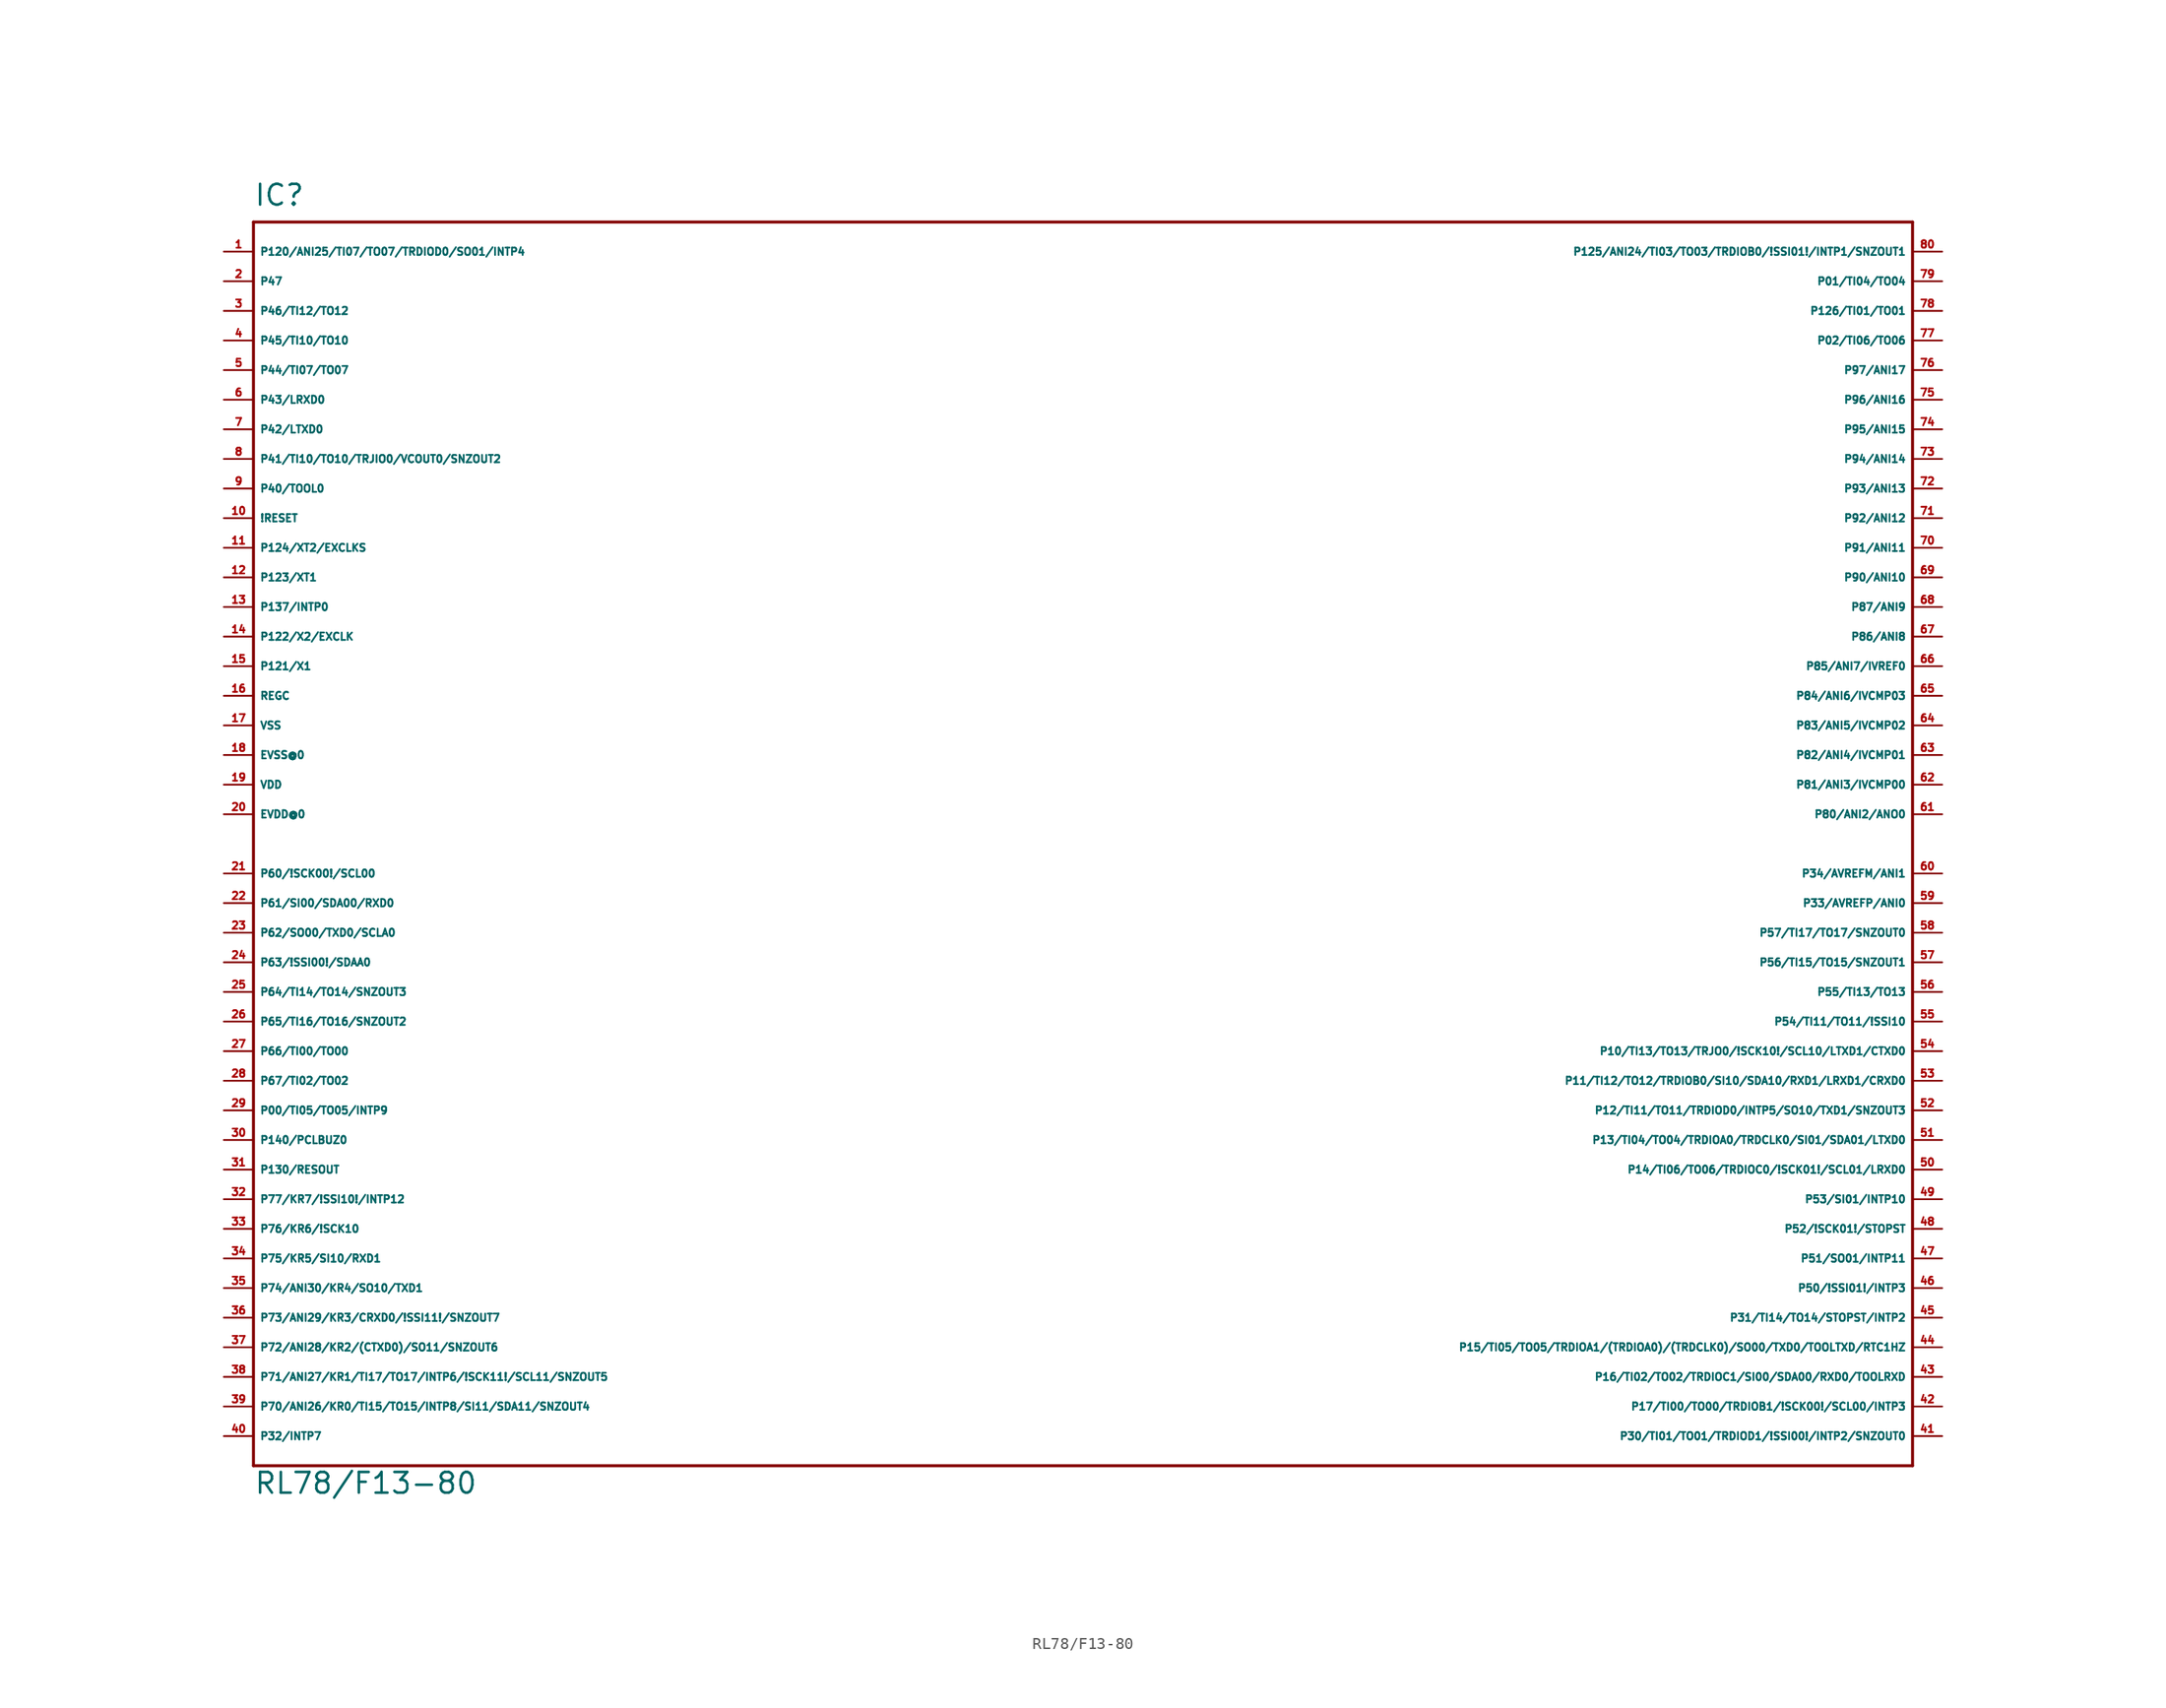
<source format=kicad_sym>
(kicad_symbol_lib
  (version 20220914)
  (generator Eagle2Kicad)
  (symbol "RL78/F13-80"
    (property "Reference" "IC"
      (at -73.66 54.61 0)
      (effects (font (size 1.778 1.778) (thickness 0.22)) (justify left bottom)))
    (property "Value" "RL78/F13-80"
      (at -73.66 -55.88 0)
      (effects (font (size 1.778 1.778) (thickness 0.22)) (justify left bottom)))
    (polyline
      (pts (xy 68.58 53.34) (xy -73.66 53.34))
      (stroke (width 0.254) (type default))
      (fill (type none)))
    (polyline
      (pts (xy -73.66 53.34) (xy -73.66 -53.34))
      (stroke (width 0.254) (type default))
      (fill (type none)))
    (polyline
      (pts (xy -73.66 -53.34) (xy 68.58 -53.34))
      (stroke (width 0.254) (type default))
      (fill (type none)))
    (polyline
      (pts (xy 68.58 -53.34) (xy 68.58 53.34))
      (stroke (width 0.254) (type default))
      (fill (type none)))
    (pin bidirectional line
      (at -76.2 48.26 0)
      (length 2.54)
      (name "P47" (effects (font (size 0.635 0.635) (thickness 0.08)) (justify left bottom)))
      (number "2" (effects (font (size 0.635 0.635) (thickness 0.08)) (justify left bottom))))
    (pin bidirectional line
      (at -76.2 45.72 0)
      (length 2.54)
      (name "P46/TI12/TO12" (effects (font (size 0.635 0.635) (thickness 0.08)) (justify left bottom)))
      (number "3" (effects (font (size 0.635 0.635) (thickness 0.08)) (justify left bottom))))
    (pin bidirectional line
      (at -76.2 43.18 0)
      (length 2.54)
      (name "P45/TI10/TO10" (effects (font (size 0.635 0.635) (thickness 0.08)) (justify left bottom)))
      (number "4" (effects (font (size 0.635 0.635) (thickness 0.08)) (justify left bottom))))
    (pin bidirectional line
      (at -76.2 40.64 0)
      (length 2.54)
      (name "P44/TI07/TO07" (effects (font (size 0.635 0.635) (thickness 0.08)) (justify left bottom)))
      (number "5" (effects (font (size 0.635 0.635) (thickness 0.08)) (justify left bottom))))
    (pin bidirectional line
      (at -76.2 38.1 0)
      (length 2.54)
      (name "P43/LRXD0" (effects (font (size 0.635 0.635) (thickness 0.08)) (justify left bottom)))
      (number "6" (effects (font (size 0.635 0.635) (thickness 0.08)) (justify left bottom))))
    (pin bidirectional line
      (at -76.2 35.56 0)
      (length 2.54)
      (name "P42/LTXD0" (effects (font (size 0.635 0.635) (thickness 0.08)) (justify left bottom)))
      (number "7" (effects (font (size 0.635 0.635) (thickness 0.08)) (justify left bottom))))
    (pin bidirectional line
      (at -76.2 33.02 0)
      (length 2.54)
      (name "P41/TI10/TO10/TRJIO0/VCOUT0/SNZOUT2" (effects (font (size 0.635 0.635) (thickness 0.08)) (justify left bottom)))
      (number "8" (effects (font (size 0.635 0.635) (thickness 0.08)) (justify left bottom))))
    (pin bidirectional line
      (at -76.2 30.48 0)
      (length 2.54)
      (name "P40/TOOL0" (effects (font (size 0.635 0.635) (thickness 0.08)) (justify left bottom)))
      (number "9" (effects (font (size 0.635 0.635) (thickness 0.08)) (justify left bottom))))
    (pin input line
      (at -76.2 27.94 0)
      (length 2.54)
      (name "!RESET" (effects (font (size 0.635 0.635) (thickness 0.08)) (justify left bottom)))
      (number "10" (effects (font (size 0.635 0.635) (thickness 0.08)) (justify left bottom))))
    (pin input line
      (at -76.2 25.4 0)
      (length 2.54)
      (name "P124/XT2/EXCLKS" (effects (font (size 0.635 0.635) (thickness 0.08)) (justify left bottom)))
      (number "11" (effects (font (size 0.635 0.635) (thickness 0.08)) (justify left bottom))))
    (pin input line
      (at -76.2 22.86 0)
      (length 2.54)
      (name "P123/XT1" (effects (font (size 0.635 0.635) (thickness 0.08)) (justify left bottom)))
      (number "12" (effects (font (size 0.635 0.635) (thickness 0.08)) (justify left bottom))))
    (pin input line
      (at -76.2 20.32 0)
      (length 2.54)
      (name "P137/INTP0" (effects (font (size 0.635 0.635) (thickness 0.08)) (justify left bottom)))
      (number "13" (effects (font (size 0.635 0.635) (thickness 0.08)) (justify left bottom))))
    (pin input line
      (at -76.2 17.78 0)
      (length 2.54)
      (name "P122/X2/EXCLK" (effects (font (size 0.635 0.635) (thickness 0.08)) (justify left bottom)))
      (number "14" (effects (font (size 0.635 0.635) (thickness 0.08)) (justify left bottom))))
    (pin input line
      (at -76.2 15.24 0)
      (length 2.54)
      (name "P121/X1" (effects (font (size 0.635 0.635) (thickness 0.08)) (justify left bottom)))
      (number "15" (effects (font (size 0.635 0.635) (thickness 0.08)) (justify left bottom))))
    (pin passive line
      (at -76.2 12.7 0)
      (length 2.54)
      (name "REGC" (effects (font (size 0.635 0.635) (thickness 0.08)) (justify left bottom)))
      (number "16" (effects (font (size 0.635 0.635) (thickness 0.08)) (justify left bottom))))
    (pin unspecified line
      (at -76.2 10.16 0)
      (length 2.54)
      (name "VSS" (effects (font (size 0.635 0.635) (thickness 0.08)) (justify left bottom)))
      (number "17" (effects (font (size 0.635 0.635) (thickness 0.08)) (justify left bottom))))
    (pin unspecified line
      (at -76.2 7.62 0)
      (length 2.54)
      (name "EVSS@0" (effects (font (size 0.635 0.635) (thickness 0.08)) (justify left bottom)))
      (number "18" (effects (font (size 0.635 0.635) (thickness 0.08)) (justify left bottom))))
    (pin unspecified line
      (at -76.2 5.08 0)
      (length 2.54)
      (name "VDD" (effects (font (size 0.635 0.635) (thickness 0.08)) (justify left bottom)))
      (number "19" (effects (font (size 0.635 0.635) (thickness 0.08)) (justify left bottom))))
    (pin unspecified line
      (at -76.2 2.54 0)
      (length 2.54)
      (name "EVDD@0" (effects (font (size 0.635 0.635) (thickness 0.08)) (justify left bottom)))
      (number "20" (effects (font (size 0.635 0.635) (thickness 0.08)) (justify left bottom))))
    (pin bidirectional line
      (at -76.2 -2.54 0)
      (length 2.54)
      (name "P60/!SCK00!/SCL00" (effects (font (size 0.635 0.635) (thickness 0.08)) (justify left bottom)))
      (number "21" (effects (font (size 0.635 0.635) (thickness 0.08)) (justify left bottom))))
    (pin bidirectional line
      (at -76.2 -5.08 0)
      (length 2.54)
      (name "P61/SI00/SDA00/RXD0" (effects (font (size 0.635 0.635) (thickness 0.08)) (justify left bottom)))
      (number "22" (effects (font (size 0.635 0.635) (thickness 0.08)) (justify left bottom))))
    (pin bidirectional line
      (at -76.2 -7.62 0)
      (length 2.54)
      (name "P62/SO00/TXD0/SCLA0" (effects (font (size 0.635 0.635) (thickness 0.08)) (justify left bottom)))
      (number "23" (effects (font (size 0.635 0.635) (thickness 0.08)) (justify left bottom))))
    (pin bidirectional line
      (at -76.2 -10.16 0)
      (length 2.54)
      (name "P63/!SSI00!/SDAA0" (effects (font (size 0.635 0.635) (thickness 0.08)) (justify left bottom)))
      (number "24" (effects (font (size 0.635 0.635) (thickness 0.08)) (justify left bottom))))
    (pin bidirectional line
      (at -76.2 -12.7 0)
      (length 2.54)
      (name "P64/TI14/TO14/SNZOUT3" (effects (font (size 0.635 0.635) (thickness 0.08)) (justify left bottom)))
      (number "25" (effects (font (size 0.635 0.635) (thickness 0.08)) (justify left bottom))))
    (pin bidirectional line
      (at -76.2 -15.24 0)
      (length 2.54)
      (name "P65/TI16/TO16/SNZOUT2" (effects (font (size 0.635 0.635) (thickness 0.08)) (justify left bottom)))
      (number "26" (effects (font (size 0.635 0.635) (thickness 0.08)) (justify left bottom))))
    (pin bidirectional line
      (at -76.2 -17.78 0)
      (length 2.54)
      (name "P66/TI00/TO00" (effects (font (size 0.635 0.635) (thickness 0.08)) (justify left bottom)))
      (number "27" (effects (font (size 0.635 0.635) (thickness 0.08)) (justify left bottom))))
    (pin bidirectional line
      (at -76.2 -20.32 0)
      (length 2.54)
      (name "P67/TI02/TO02" (effects (font (size 0.635 0.635) (thickness 0.08)) (justify left bottom)))
      (number "28" (effects (font (size 0.635 0.635) (thickness 0.08)) (justify left bottom))))
    (pin bidirectional line
      (at -76.2 -22.86 0)
      (length 2.54)
      (name "P00/TI05/TO05/INTP9" (effects (font (size 0.635 0.635) (thickness 0.08)) (justify left bottom)))
      (number "29" (effects (font (size 0.635 0.635) (thickness 0.08)) (justify left bottom))))
    (pin bidirectional line
      (at -76.2 -25.4 0)
      (length 2.54)
      (name "P140/PCLBUZ0" (effects (font (size 0.635 0.635) (thickness 0.08)) (justify left bottom)))
      (number "30" (effects (font (size 0.635 0.635) (thickness 0.08)) (justify left bottom))))
    (pin bidirectional line
      (at -76.2 -27.94 0)
      (length 2.54)
      (name "P130/RESOUT" (effects (font (size 0.635 0.635) (thickness 0.08)) (justify left bottom)))
      (number "31" (effects (font (size 0.635 0.635) (thickness 0.08)) (justify left bottom))))
    (pin bidirectional line
      (at -76.2 -30.48 0)
      (length 2.54)
      (name "P77/KR7/!SSI10!/INTP12" (effects (font (size 0.635 0.635) (thickness 0.08)) (justify left bottom)))
      (number "32" (effects (font (size 0.635 0.635) (thickness 0.08)) (justify left bottom))))
    (pin bidirectional line
      (at -76.2 -33.02 0)
      (length 2.54)
      (name "P76/KR6/!SCK10" (effects (font (size 0.635 0.635) (thickness 0.08)) (justify left bottom)))
      (number "33" (effects (font (size 0.635 0.635) (thickness 0.08)) (justify left bottom))))
    (pin bidirectional line
      (at -76.2 -35.56 0)
      (length 2.54)
      (name "P75/KR5/SI10/RXD1" (effects (font (size 0.635 0.635) (thickness 0.08)) (justify left bottom)))
      (number "34" (effects (font (size 0.635 0.635) (thickness 0.08)) (justify left bottom))))
    (pin bidirectional line
      (at -76.2 -38.1 0)
      (length 2.54)
      (name "P74/ANI30/KR4/SO10/TXD1" (effects (font (size 0.635 0.635) (thickness 0.08)) (justify left bottom)))
      (number "35" (effects (font (size 0.635 0.635) (thickness 0.08)) (justify left bottom))))
    (pin bidirectional line
      (at -76.2 -40.64 0)
      (length 2.54)
      (name "P73/ANI29/KR3/CRXD0/!SSI11!/SNZOUT7" (effects (font (size 0.635 0.635) (thickness 0.08)) (justify left bottom)))
      (number "36" (effects (font (size 0.635 0.635) (thickness 0.08)) (justify left bottom))))
    (pin bidirectional line
      (at -76.2 -43.18 0)
      (length 2.54)
      (name "P72/ANI28/KR2/(CTXD0)/SO11/SNZOUT6" (effects (font (size 0.635 0.635) (thickness 0.08)) (justify left bottom)))
      (number "37" (effects (font (size 0.635 0.635) (thickness 0.08)) (justify left bottom))))
    (pin bidirectional line
      (at -76.2 -45.72 0)
      (length 2.54)
      (name "P71/ANI27/KR1/TI17/TO17/INTP6/!SCK11!/SCL11/SNZOUT5" (effects (font (size 0.635 0.635) (thickness 0.08)) (justify left bottom)))
      (number "38" (effects (font (size 0.635 0.635) (thickness 0.08)) (justify left bottom))))
    (pin bidirectional line
      (at -76.2 -48.26 0)
      (length 2.54)
      (name "P70/ANI26/KR0/TI15/TO15/INTP8/SI11/SDA11/SNZOUT4" (effects (font (size 0.635 0.635) (thickness 0.08)) (justify left bottom)))
      (number "39" (effects (font (size 0.635 0.635) (thickness 0.08)) (justify left bottom))))
    (pin bidirectional line
      (at -76.2 -50.8 0)
      (length 2.54)
      (name "P32/INTP7" (effects (font (size 0.635 0.635) (thickness 0.08)) (justify left bottom)))
      (number "40" (effects (font (size 0.635 0.635) (thickness 0.08)) (justify left bottom))))
    (pin bidirectional line
      (at 71.12 -50.8 180)
      (length 2.54)
      (name "P30/TI01/TO01/TRDIOD1/!SSI00!/INTP2/SNZOUT0" (effects (font (size 0.635 0.635) (thickness 0.08)) (justify left bottom)))
      (number "41" (effects (font (size 0.635 0.635) (thickness 0.08)) (justify left bottom))))
    (pin bidirectional line
      (at 71.12 -48.26 180)
      (length 2.54)
      (name "P17/TI00/TO00/TRDIOB1/!SCK00!/SCL00/INTP3" (effects (font (size 0.635 0.635) (thickness 0.08)) (justify left bottom)))
      (number "42" (effects (font (size 0.635 0.635) (thickness 0.08)) (justify left bottom))))
    (pin bidirectional line
      (at 71.12 -45.72 180)
      (length 2.54)
      (name "P16/TI02/TO02/TRDIOC1/SI00/SDA00/RXD0/TOOLRXD" (effects (font (size 0.635 0.635) (thickness 0.08)) (justify left bottom)))
      (number "43" (effects (font (size 0.635 0.635) (thickness 0.08)) (justify left bottom))))
    (pin bidirectional line
      (at 71.12 -43.18 180)
      (length 2.54)
      (name "P15/TI05/TO05/TRDIOA1/(TRDIOA0)/(TRDCLK0)/SO00/TXD0/TOOLTXD/RTC1HZ" (effects (font (size 0.635 0.635) (thickness 0.08)) (justify left bottom)))
      (number "44" (effects (font (size 0.635 0.635) (thickness 0.08)) (justify left bottom))))
    (pin bidirectional line
      (at 71.12 -38.1 180)
      (length 2.54)
      (name "P50/!SSI01!/INTP3" (effects (font (size 0.635 0.635) (thickness 0.08)) (justify left bottom)))
      (number "46" (effects (font (size 0.635 0.635) (thickness 0.08)) (justify left bottom))))
    (pin bidirectional line
      (at 71.12 -35.56 180)
      (length 2.54)
      (name "P51/SO01/INTP11" (effects (font (size 0.635 0.635) (thickness 0.08)) (justify left bottom)))
      (number "47" (effects (font (size 0.635 0.635) (thickness 0.08)) (justify left bottom))))
    (pin bidirectional line
      (at 71.12 -33.02 180)
      (length 2.54)
      (name "P52/!SCK01!/STOPST" (effects (font (size 0.635 0.635) (thickness 0.08)) (justify left bottom)))
      (number "48" (effects (font (size 0.635 0.635) (thickness 0.08)) (justify left bottom))))
    (pin bidirectional line
      (at 71.12 -30.48 180)
      (length 2.54)
      (name "P53/SI01/INTP10" (effects (font (size 0.635 0.635) (thickness 0.08)) (justify left bottom)))
      (number "49" (effects (font (size 0.635 0.635) (thickness 0.08)) (justify left bottom))))
    (pin bidirectional line
      (at 71.12 -27.94 180)
      (length 2.54)
      (name "P14/TI06/TO06/TRDIOC0/!SCK01!/SCL01/LRXD0" (effects (font (size 0.635 0.635) (thickness 0.08)) (justify left bottom)))
      (number "50" (effects (font (size 0.635 0.635) (thickness 0.08)) (justify left bottom))))
    (pin bidirectional line
      (at 71.12 -25.4 180)
      (length 2.54)
      (name "P13/TI04/TO04/TRDIOA0/TRDCLK0/SI01/SDA01/LTXD0" (effects (font (size 0.635 0.635) (thickness 0.08)) (justify left bottom)))
      (number "51" (effects (font (size 0.635 0.635) (thickness 0.08)) (justify left bottom))))
    (pin bidirectional line
      (at 71.12 -22.86 180)
      (length 2.54)
      (name "P12/TI11/TO11/TRDIOD0/INTP5/SO10/TXD1/SNZOUT3" (effects (font (size 0.635 0.635) (thickness 0.08)) (justify left bottom)))
      (number "52" (effects (font (size 0.635 0.635) (thickness 0.08)) (justify left bottom))))
    (pin bidirectional line
      (at 71.12 -20.32 180)
      (length 2.54)
      (name "P11/TI12/TO12/TRDIOB0/SI10/SDA10/RXD1/LRXD1/CRXD0" (effects (font (size 0.635 0.635) (thickness 0.08)) (justify left bottom)))
      (number "53" (effects (font (size 0.635 0.635) (thickness 0.08)) (justify left bottom))))
    (pin bidirectional line
      (at 71.12 -17.78 180)
      (length 2.54)
      (name "P10/TI13/TO13/TRJO0/!SCK10!/SCL10/LTXD1/CTXD0" (effects (font (size 0.635 0.635) (thickness 0.08)) (justify left bottom)))
      (number "54" (effects (font (size 0.635 0.635) (thickness 0.08)) (justify left bottom))))
    (pin bidirectional line
      (at 71.12 -15.24 180)
      (length 2.54)
      (name "P54/TI11/TO11/!SSI10" (effects (font (size 0.635 0.635) (thickness 0.08)) (justify left bottom)))
      (number "55" (effects (font (size 0.635 0.635) (thickness 0.08)) (justify left bottom))))
    (pin bidirectional line
      (at 71.12 -12.7 180)
      (length 2.54)
      (name "P55/TI13/TO13" (effects (font (size 0.635 0.635) (thickness 0.08)) (justify left bottom)))
      (number "56" (effects (font (size 0.635 0.635) (thickness 0.08)) (justify left bottom))))
    (pin bidirectional line
      (at 71.12 -10.16 180)
      (length 2.54)
      (name "P56/TI15/TO15/SNZOUT1" (effects (font (size 0.635 0.635) (thickness 0.08)) (justify left bottom)))
      (number "57" (effects (font (size 0.635 0.635) (thickness 0.08)) (justify left bottom))))
    (pin bidirectional line
      (at 71.12 -7.62 180)
      (length 2.54)
      (name "P57/TI17/TO17/SNZOUT0" (effects (font (size 0.635 0.635) (thickness 0.08)) (justify left bottom)))
      (number "58" (effects (font (size 0.635 0.635) (thickness 0.08)) (justify left bottom))))
    (pin bidirectional line
      (at 71.12 -5.08 180)
      (length 2.54)
      (name "P33/AVREFP/ANI0" (effects (font (size 0.635 0.635) (thickness 0.08)) (justify left bottom)))
      (number "59" (effects (font (size 0.635 0.635) (thickness 0.08)) (justify left bottom))))
    (pin bidirectional line
      (at 71.12 -2.54 180)
      (length 2.54)
      (name "P34/AVREFM/ANI1" (effects (font (size 0.635 0.635) (thickness 0.08)) (justify left bottom)))
      (number "60" (effects (font (size 0.635 0.635) (thickness 0.08)) (justify left bottom))))
    (pin bidirectional line
      (at 71.12 2.54 180)
      (length 2.54)
      (name "P80/ANI2/ANO0" (effects (font (size 0.635 0.635) (thickness 0.08)) (justify left bottom)))
      (number "61" (effects (font (size 0.635 0.635) (thickness 0.08)) (justify left bottom))))
    (pin bidirectional line
      (at 71.12 5.08 180)
      (length 2.54)
      (name "P81/ANI3/IVCMP00" (effects (font (size 0.635 0.635) (thickness 0.08)) (justify left bottom)))
      (number "62" (effects (font (size 0.635 0.635) (thickness 0.08)) (justify left bottom))))
    (pin bidirectional line
      (at 71.12 7.62 180)
      (length 2.54)
      (name "P82/ANI4/IVCMP01" (effects (font (size 0.635 0.635) (thickness 0.08)) (justify left bottom)))
      (number "63" (effects (font (size 0.635 0.635) (thickness 0.08)) (justify left bottom))))
    (pin bidirectional line
      (at 71.12 10.16 180)
      (length 2.54)
      (name "P83/ANI5/IVCMP02" (effects (font (size 0.635 0.635) (thickness 0.08)) (justify left bottom)))
      (number "64" (effects (font (size 0.635 0.635) (thickness 0.08)) (justify left bottom))))
    (pin bidirectional line
      (at 71.12 12.7 180)
      (length 2.54)
      (name "P84/ANI6/IVCMP03" (effects (font (size 0.635 0.635) (thickness 0.08)) (justify left bottom)))
      (number "65" (effects (font (size 0.635 0.635) (thickness 0.08)) (justify left bottom))))
    (pin bidirectional line
      (at 71.12 15.24 180)
      (length 2.54)
      (name "P85/ANI7/IVREF0" (effects (font (size 0.635 0.635) (thickness 0.08)) (justify left bottom)))
      (number "66" (effects (font (size 0.635 0.635) (thickness 0.08)) (justify left bottom))))
    (pin bidirectional line
      (at 71.12 17.78 180)
      (length 2.54)
      (name "P86/ANI8" (effects (font (size 0.635 0.635) (thickness 0.08)) (justify left bottom)))
      (number "67" (effects (font (size 0.635 0.635) (thickness 0.08)) (justify left bottom))))
    (pin bidirectional line
      (at 71.12 20.32 180)
      (length 2.54)
      (name "P87/ANI9" (effects (font (size 0.635 0.635) (thickness 0.08)) (justify left bottom)))
      (number "68" (effects (font (size 0.635 0.635) (thickness 0.08)) (justify left bottom))))
    (pin bidirectional line
      (at 71.12 22.86 180)
      (length 2.54)
      (name "P90/ANI10" (effects (font (size 0.635 0.635) (thickness 0.08)) (justify left bottom)))
      (number "69" (effects (font (size 0.635 0.635) (thickness 0.08)) (justify left bottom))))
    (pin bidirectional line
      (at 71.12 25.4 180)
      (length 2.54)
      (name "P91/ANI11" (effects (font (size 0.635 0.635) (thickness 0.08)) (justify left bottom)))
      (number "70" (effects (font (size 0.635 0.635) (thickness 0.08)) (justify left bottom))))
    (pin bidirectional line
      (at 71.12 27.94 180)
      (length 2.54)
      (name "P92/ANI12" (effects (font (size 0.635 0.635) (thickness 0.08)) (justify left bottom)))
      (number "71" (effects (font (size 0.635 0.635) (thickness 0.08)) (justify left bottom))))
    (pin bidirectional line
      (at 71.12 30.48 180)
      (length 2.54)
      (name "P93/ANI13" (effects (font (size 0.635 0.635) (thickness 0.08)) (justify left bottom)))
      (number "72" (effects (font (size 0.635 0.635) (thickness 0.08)) (justify left bottom))))
    (pin bidirectional line
      (at 71.12 33.02 180)
      (length 2.54)
      (name "P94/ANI14" (effects (font (size 0.635 0.635) (thickness 0.08)) (justify left bottom)))
      (number "73" (effects (font (size 0.635 0.635) (thickness 0.08)) (justify left bottom))))
    (pin bidirectional line
      (at 71.12 35.56 180)
      (length 2.54)
      (name "P95/ANI15" (effects (font (size 0.635 0.635) (thickness 0.08)) (justify left bottom)))
      (number "74" (effects (font (size 0.635 0.635) (thickness 0.08)) (justify left bottom))))
    (pin bidirectional line
      (at 71.12 38.1 180)
      (length 2.54)
      (name "P96/ANI16" (effects (font (size 0.635 0.635) (thickness 0.08)) (justify left bottom)))
      (number "75" (effects (font (size 0.635 0.635) (thickness 0.08)) (justify left bottom))))
    (pin bidirectional line
      (at 71.12 40.64 180)
      (length 2.54)
      (name "P97/ANI17" (effects (font (size 0.635 0.635) (thickness 0.08)) (justify left bottom)))
      (number "76" (effects (font (size 0.635 0.635) (thickness 0.08)) (justify left bottom))))
    (pin bidirectional line
      (at 71.12 43.18 180)
      (length 2.54)
      (name "P02/TI06/TO06" (effects (font (size 0.635 0.635) (thickness 0.08)) (justify left bottom)))
      (number "77" (effects (font (size 0.635 0.635) (thickness 0.08)) (justify left bottom))))
    (pin bidirectional line
      (at 71.12 45.72 180)
      (length 2.54)
      (name "P126/TI01/TO01" (effects (font (size 0.635 0.635) (thickness 0.08)) (justify left bottom)))
      (number "78" (effects (font (size 0.635 0.635) (thickness 0.08)) (justify left bottom))))
    (pin bidirectional line
      (at 71.12 50.8 180)
      (length 2.54)
      (name "P125/ANI24/TI03/TO03/TRDIOB0/!SSI01!/INTP1/SNZOUT1" (effects (font (size 0.635 0.635) (thickness 0.08)) (justify left bottom)))
      (number "80" (effects (font (size 0.635 0.635) (thickness 0.08)) (justify left bottom))))
    (pin bidirectional line
      (at -76.2 50.8 0)
      (length 2.54)
      (name "P120/ANI25/TI07/TO07/TRDIOD0/SO01/INTP4" (effects (font (size 0.635 0.635) (thickness 0.08)) (justify left bottom)))
      (number "1" (effects (font (size 0.635 0.635) (thickness 0.08)) (justify left bottom))))
    (pin bidirectional line
      (at 71.12 -40.64 180)
      (length 2.54)
      (name "P31/TI14/TO14/STOPST/INTP2" (effects (font (size 0.635 0.635) (thickness 0.08)) (justify left bottom)))
      (number "45" (effects (font (size 0.635 0.635) (thickness 0.08)) (justify left bottom))))
    (pin bidirectional line
      (at 71.12 48.26 180)
      (length 2.54)
      (name "P01/TI04/TO04" (effects (font (size 0.635 0.635) (thickness 0.08)) (justify left bottom)))
      (number "79" (effects (font (size 0.635 0.635) (thickness 0.08)) (justify left bottom))))))
</source>
